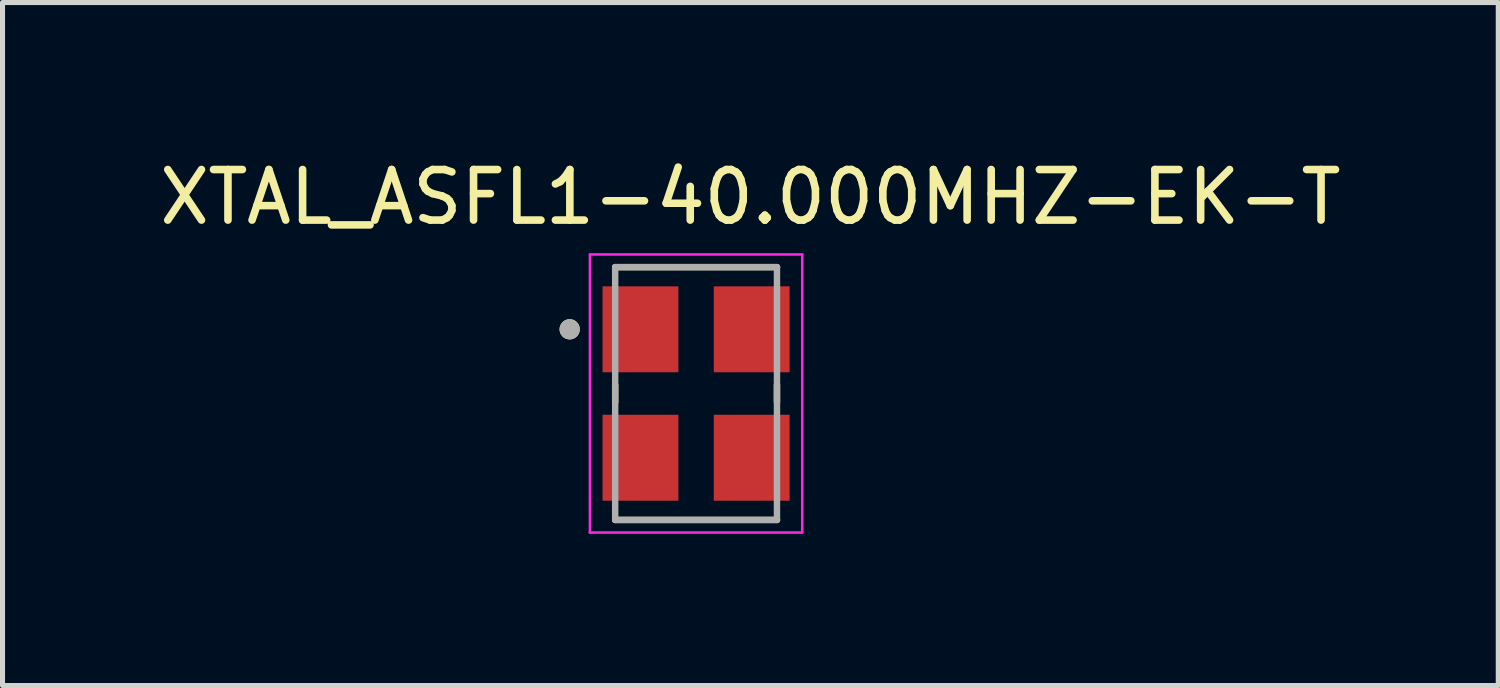
<source format=kicad_pcb>
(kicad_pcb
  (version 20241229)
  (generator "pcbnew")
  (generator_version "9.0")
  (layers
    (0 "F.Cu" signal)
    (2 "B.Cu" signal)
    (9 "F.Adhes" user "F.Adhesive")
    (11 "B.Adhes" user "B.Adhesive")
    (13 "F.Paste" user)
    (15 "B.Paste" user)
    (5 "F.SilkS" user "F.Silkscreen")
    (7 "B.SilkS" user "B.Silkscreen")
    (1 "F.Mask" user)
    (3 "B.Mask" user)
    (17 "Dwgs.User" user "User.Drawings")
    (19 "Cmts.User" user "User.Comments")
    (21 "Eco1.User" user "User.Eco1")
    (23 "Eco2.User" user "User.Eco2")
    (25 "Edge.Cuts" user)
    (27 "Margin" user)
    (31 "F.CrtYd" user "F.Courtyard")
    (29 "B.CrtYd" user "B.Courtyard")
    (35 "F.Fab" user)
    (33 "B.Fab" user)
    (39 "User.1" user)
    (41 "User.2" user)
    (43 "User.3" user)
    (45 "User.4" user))
  (footprint "XTAL_ASFL1-40.000MHZ-EK-T"
    (layer "F.Cu")
    (at 10.717 4.733)
    (property "Reference" "XTAL_ASFL1-40.000MHZ-EK-T" (at 1.075 -3.885 0) (layer "F.SilkS") (effects (font (size 1 1) (thickness 0.15))))
    (attr smd)
    (fp_line (start -1.6 -2.5) (end 1.6 -2.5) (stroke (width 0.127) (type solid)) (layer "F.SilkS"))
    (fp_line (start -1.6 -0.17) (end -1.6 0.17) (stroke (width 0.127) (type solid)) (layer "F.SilkS"))
    (fp_line (start -1.6 2.5) (end 1.6 2.5) (stroke (width 0.127) (type solid)) (layer "F.SilkS"))
    (fp_line (start 1.6 -0.17) (end 1.6 0.17) (stroke (width 0.127) (type solid)) (layer "F.SilkS"))
    (fp_circle (center -2.5 -1.27) (end -2.4 -1.27) (stroke (width 0.2) (type solid)) (fill no) (layer "F.SilkS"))
    (fp_line (start -2.1 -2.75) (end 2.1 -2.75) (stroke (width 0.05) (type solid)) (layer "F.CrtYd"))
    (fp_line (start -2.1 2.75) (end -2.1 -2.75) (stroke (width 0.05) (type solid)) (layer "F.CrtYd"))
    (fp_line (start 2.1 -2.75) (end 2.1 2.75) (stroke (width 0.05) (type solid)) (layer "F.CrtYd"))
    (fp_line (start 2.1 2.75) (end -2.1 2.75) (stroke (width 0.05) (type solid)) (layer "F.CrtYd"))
    (fp_line (start -1.6 -2.5) (end 1.6 -2.5) (stroke (width 0.127) (type solid)) (layer "F.Fab"))
    (fp_line (start -1.6 2.5) (end -1.6 -2.5) (stroke (width 0.127) (type solid)) (layer "F.Fab"))
    (fp_line (start 1.6 -2.5) (end 1.6 2.5) (stroke (width 0.127) (type solid)) (layer "F.Fab"))
    (fp_line (start 1.6 2.5) (end -1.6 2.5) (stroke (width 0.127) (type solid)) (layer "F.Fab"))
    (fp_circle (center -2.5 -1.27) (end -2.4 -1.27) (stroke (width 0.2) (type solid)) (fill no) (layer "F.Fab"))
    (pad "1" smd rect (at -1.1 -1.27) (size 1.5 1.7) (layers "F.Cu" "F.Mask" "F.Paste"))
    (pad "2" smd rect (at -1.1 1.27) (size 1.5 1.7) (layers "F.Cu" "F.Mask" "F.Paste"))
    (pad "3" smd rect (at 1.1 1.27) (size 1.5 1.7) (layers "F.Cu" "F.Mask" "F.Paste"))
    (pad "4" smd rect (at 1.1 -1.27) (size 1.5 1.7) (layers "F.Cu" "F.Mask" "F.Paste")))
  (gr_rect
    (start -3 -3)
    (end 26.583 10.508)
    (stroke (width 0.1) (type default))
    (fill no)
    (layer "Edge.Cuts")))
</source>
